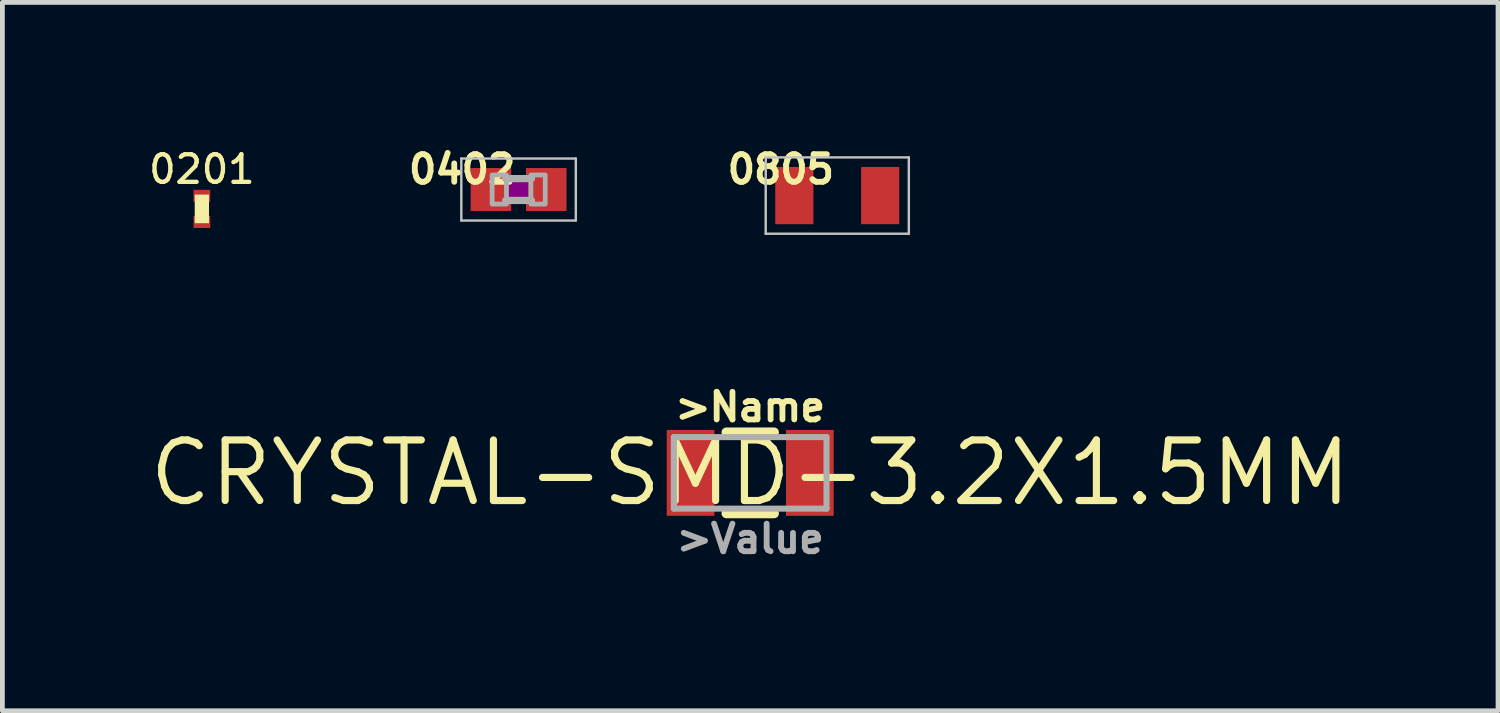
<source format=kicad_pcb>
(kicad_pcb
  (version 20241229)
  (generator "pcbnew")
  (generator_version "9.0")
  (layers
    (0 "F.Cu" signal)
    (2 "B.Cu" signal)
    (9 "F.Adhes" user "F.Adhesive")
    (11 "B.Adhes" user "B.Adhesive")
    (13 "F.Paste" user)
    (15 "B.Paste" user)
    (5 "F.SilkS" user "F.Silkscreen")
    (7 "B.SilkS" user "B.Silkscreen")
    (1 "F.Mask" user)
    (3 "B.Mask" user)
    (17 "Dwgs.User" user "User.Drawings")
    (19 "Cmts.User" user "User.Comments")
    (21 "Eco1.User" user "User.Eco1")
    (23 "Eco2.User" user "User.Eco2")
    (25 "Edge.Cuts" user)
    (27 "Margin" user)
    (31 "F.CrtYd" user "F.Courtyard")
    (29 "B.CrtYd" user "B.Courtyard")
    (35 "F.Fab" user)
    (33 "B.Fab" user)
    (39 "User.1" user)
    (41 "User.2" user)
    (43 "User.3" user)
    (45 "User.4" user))
  (footprint "0201"
    (layer "F.Cu")
    (at 1.182 1.329)
    (property "Reference" "0201" (at 0 -0.83 0) (layer "F.SilkS") (effects (font (size 0.579 0.579) (thickness 0.091))))
    (attr through_hole)
    (fp_poly (pts (xy -0.15 0.3) (xy 0.15 0.3) (xy 0.15 -0.3) (xy -0.15 -0.3)) (stroke (width 0) (type solid)) (fill yes) (layer "F.SilkS"))
    (pad "1" smd rect (at 0 -0.275) (size 0.35 0.25) (layers "F.Cu" "F.Mask" "F.Paste"))
    (pad "2" smd rect (at 0 0.275) (size 0.35 0.25) (layers "F.Cu" "F.Mask" "F.Paste")))
  (footprint "0402"
    (layer "F.Cu")
    (at 7.821 0.923)
    (property "Reference" "0402" (at 0 -0.762 0) (layer "F.SilkS") (effects (font (size 0.579 0.579) (thickness 0.122)) (justify right top)))
    (attr through_hole)
    (fp_poly (pts (xy -0.2 0.3) (xy 0.2 0.3) (xy 0.2 -0.3) (xy -0.2 -0.3)) (stroke (width 0) (type solid)) (fill yes) (layer "F.Adhes"))
    (fp_line (start -1.2 -0.65) (end 1.2 -0.65) (stroke (width 0.051) (type solid)) (layer "Dwgs.User"))
    (fp_line (start -1.2 0.65) (end -1.2 -0.65) (stroke (width 0.051) (type solid)) (layer "Dwgs.User"))
    (fp_line (start 1.2 -0.65) (end 1.2 0.65) (stroke (width 0.051) (type solid)) (layer "Dwgs.User"))
    (fp_line (start 1.2 0.65) (end -1.2 0.65) (stroke (width 0.051) (type solid)) (layer "Dwgs.User"))
    (fp_line (start -0.27 -0.229) (end 0.27 -0.229) (stroke (width 0.152) (type solid)) (layer "F.Fab"))
    (fp_line (start 0.27 0.229) (end -0.27 0.229) (stroke (width 0.152) (type solid)) (layer "F.Fab"))
    (fp_poly (pts (xy -0.554 0.305) (xy -0.254 0.305) (xy -0.254 -0.305) (xy -0.554 -0.305)) (stroke (width 0.1) (type solid)) (fill no) (layer "F.Fab"))
    (fp_poly (pts (xy 0.259 0.305) (xy 0.559 0.305) (xy 0.559 -0.305) (xy 0.259 -0.305)) (stroke (width 0.1) (type solid)) (fill no) (layer "F.Fab"))
    (pad "1" smd rect (at -0.58 0) (size 0.85 0.9) (layers "F.Cu" "F.Mask" "F.Paste"))
    (pad "2" smd rect (at 0.58 0) (size 0.85 0.9) (layers "F.Cu" "F.Mask" "F.Paste")))
  (footprint "0805"
    (layer "F.Cu")
    (at 14.502 1.05)
    (property "Reference" "0805" (at 0 -0.889 0) (layer "F.SilkS") (effects (font (size 0.579 0.579) (thickness 0.122)) (justify right top)))
    (attr through_hole)
    (fp_line (start -1.5 -0.8) (end 1.5 -0.8) (stroke (width 0.051) (type solid)) (layer "Dwgs.User"))
    (fp_line (start -1.5 0.8) (end -1.5 -0.8) (stroke (width 0.051) (type solid)) (layer "Dwgs.User"))
    (fp_line (start 1.5 -0.8) (end 1.5 0.8) (stroke (width 0.051) (type solid)) (layer "Dwgs.User"))
    (fp_line (start 1.5 0.8) (end -1.5 0.8) (stroke (width 0.051) (type solid)) (layer "Dwgs.User"))
    (pad "1" smd rect (at -0.9 0) (size 0.8 1.2) (layers "F.Cu" "F.Mask" "F.Paste"))
    (pad "2" smd rect (at 0.9 0) (size 0.8 1.2) (layers "F.Cu" "F.Mask" "F.Paste")))
  (footprint "CRYSTAL-SMD-3.2X1.5MM"
    (layer "F.Cu")
    (at 12.677 6.863)
    (property "Reference" "CRYSTAL-SMD-3.2X1.5MM" (at 0 0 0) (layer "F.SilkS") (effects (font (size 1.27 1.27) (thickness 0.15))))
    (attr through_hole)
    (fp_line (start -0.5 -0.85) (end 0.5 -0.85) (stroke (width 0.203) (type solid)) (layer "F.SilkS"))
    (fp_line (start 0.5 0.85) (end -0.5 0.85) (stroke (width 0.203) (type solid)) (layer "F.SilkS"))
    (fp_line (start -1.6 -0.75) (end 1.6 -0.75) (stroke (width 0.127) (type solid)) (layer "F.Fab"))
    (fp_line (start -1.6 0.75) (end -1.6 -0.75) (stroke (width 0.127) (type solid)) (layer "F.Fab"))
    (fp_line (start 1.6 -0.75) (end 1.6 0.75) (stroke (width 0.127) (type solid)) (layer "F.Fab"))
    (fp_line (start 1.6 0.75) (end -1.6 0.75) (stroke (width 0.127) (type solid)) (layer "F.Fab"))
    (fp_text user ">Name" (at 0 -1.043 0) (layer "F.SilkS") (effects (font (size 0.579 0.579) (thickness 0.122)) (justify bottom)))
    (fp_text user ">Value" (at 0 1.043 0) (layer "F.Fab") (effects (font (size 0.579 0.579) (thickness 0.122)) (justify top)))
    (pad "P$1" smd rect (at -1.25 0) (size 1 1.8) (layers "F.Cu" "F.Mask" "F.Paste"))
    (pad "P$2" smd rect (at 1.25 0) (size 1 1.8) (layers "F.Cu" "F.Mask" "F.Paste")))
  (gr_rect
    (start -3 -3)
    (end 28.354 11.851)
    (stroke (width 0.1) (type default))
    (fill no)
    (layer "Edge.Cuts")))
</source>
